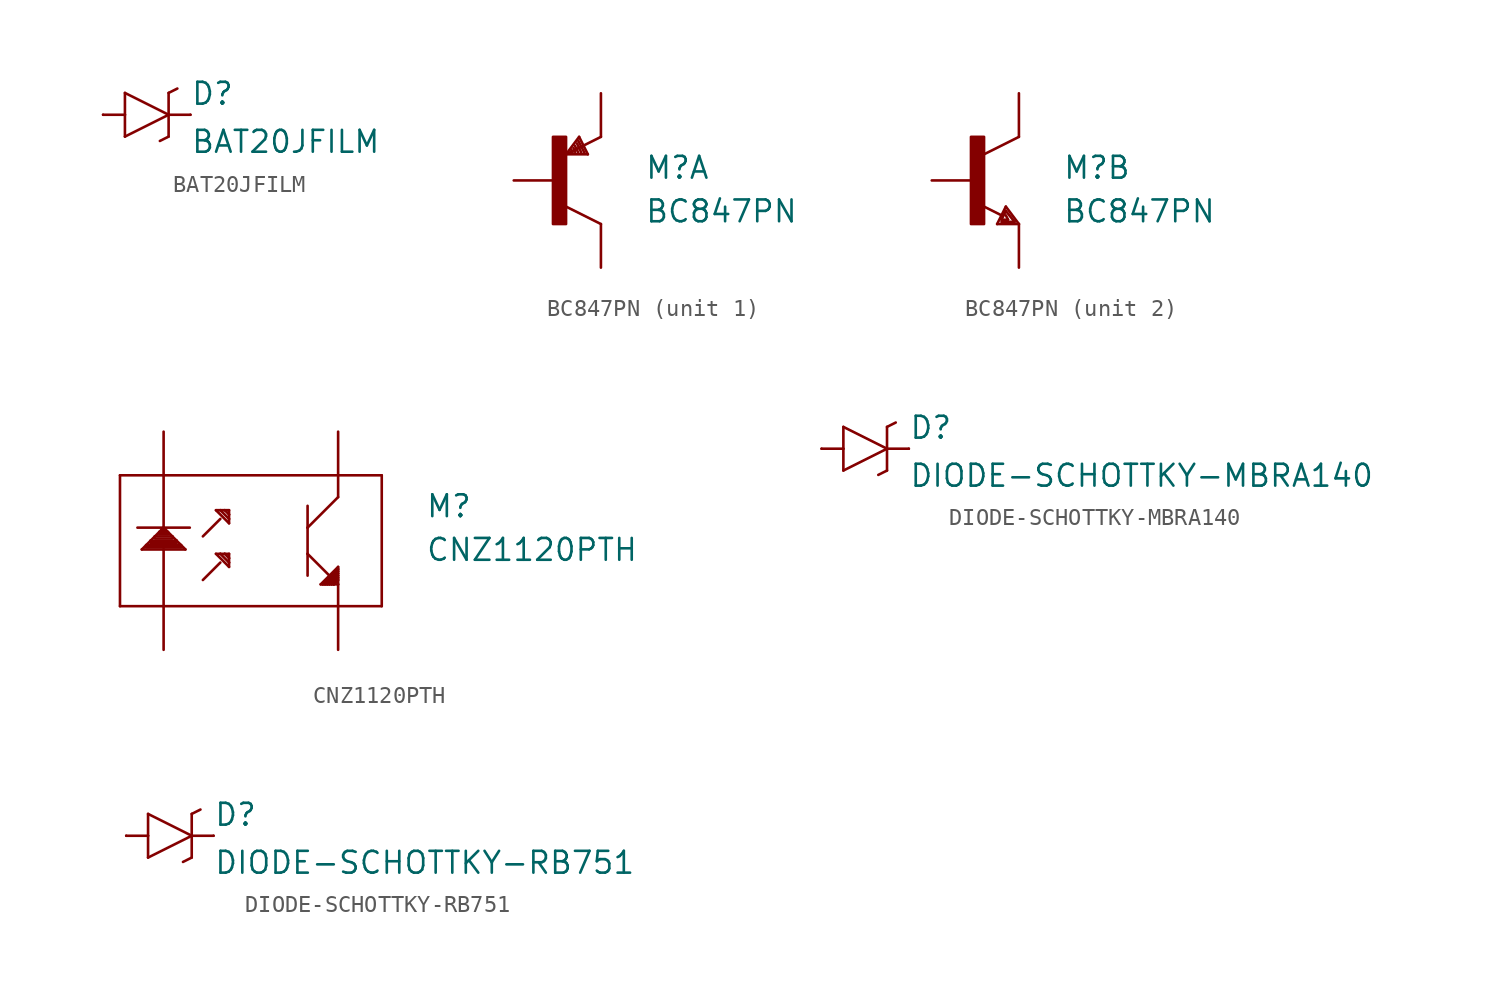
<source format=kicad_sym>
(kicad_symbol_lib
  (version 20211014)
  (generator kicad_symbol_editor)
  (symbol "BAT20JFILM"
    (pin_numbers hide)
    (pin_names
      (offset 1.016) hide)
    (property "Reference" "D"
      (at 2.54 0.483 0)
      (effects (font (size 1.27 1.27)) (justify left bottom)))
    (property "Value" "BAT20JFILM"
      (at 2.54 -2.311 0)
      (effects (font (size 1.27 1.27)) (justify left bottom)))
    (property "ki_locked" ""
      (at 0 0 0)
      (effects (font (size 1.27 1.27))))
    (symbol "BAT20JFILM_1_0"
      (polyline (pts (xy -2.54 0) (xy -1.27 0)) (stroke (width 0) (type default) (color 0 0 0 0)) (fill (type none)))
      (polyline (pts (xy -1.27 -1.27) (xy 1.27 0)) (stroke (width 0) (type default) (color 0 0 0 0)) (fill (type none)))
      (polyline (pts (xy -1.27 0) (xy -1.27 -1.27)) (stroke (width 0) (type default) (color 0 0 0 0)) (fill (type none)))
      (polyline (pts (xy -1.27 1.27) (xy -1.27 0)) (stroke (width 0) (type default) (color 0 0 0 0)) (fill (type none)))
      (polyline (pts (xy 1.27 -1.27) (xy 0.762 -1.524)) (stroke (width 0) (type default) (color 0 0 0 0)) (fill (type none)))
      (polyline (pts (xy 1.27 0) (xy -1.27 1.27)) (stroke (width 0) (type default) (color 0 0 0 0)) (fill (type none)))
      (polyline (pts (xy 1.27 0) (xy 1.27 -1.27)) (stroke (width 0) (type default) (color 0 0 0 0)) (fill (type none)))
      (polyline (pts (xy 1.27 1.27) (xy 1.27 0)) (stroke (width 0) (type default) (color 0 0 0 0)) (fill (type none)))
      (polyline (pts (xy 1.27 1.27) (xy 1.778 1.524)) (stroke (width 0) (type default) (color 0 0 0 0)) (fill (type none)))
      (polyline (pts (xy 2.54 0) (xy 1.27 0)) (stroke (width 0) (type default) (color 0 0 0 0)) (fill (type none))))
    (symbol "BAT20JFILM_1_1"
      (pin passive line (at -2.54 0 0) (length 0) (name "A" (effects (font (size 1.016 1.016)))) (number "A" (effects (font (size 1.016 1.016)))))
      (pin passive line (at 2.54 0 180) (length 0) (name "C" (effects (font (size 1.016 1.016)))) (number "C" (effects (font (size 1.016 1.016)))))))
  (symbol "BC847PN"
    (pin_numbers hide)
    (pin_names
      (offset 1.016) hide)
    (property "Reference" "M"
      (at 5.08 0 0)
      (effects (font (size 1.27 1.27)) (justify left bottom)))
    (property "Value" "BC847PN"
      (at 5.08 -2.54 0)
      (effects (font (size 1.27 1.27)) (justify left bottom)))
    (property "ki_locked" ""
      (at 0 0 0)
      (effects (font (size 1.27 1.27))))
    (symbol "BC847PN_1_0"
      (polyline (pts (xy 0.508 -1.524) (xy 2.54 -2.54)) (stroke (width 0) (type default) (color 0 0 0 0)) (fill (type none)))
      (polyline (pts (xy 0.508 1.524) (xy 1.27 2.54)) (stroke (width 0) (type default) (color 0 0 0 0)) (fill (type none)))
      (polyline (pts (xy 0.813 1.778) (xy 0.889 1.626)) (stroke (width 0) (type default) (color 0 0 0 0)) (fill (type none)))
      (polyline (pts (xy 0.94 1.88) (xy 1.041 1.651)) (stroke (width 0) (type default) (color 0 0 0 0)) (fill (type none)))
      (polyline (pts (xy 1.016 2.032) (xy 1.219 1.626)) (stroke (width 0) (type default) (color 0 0 0 0)) (fill (type none)))
      (polyline (pts (xy 1.143 2.159) (xy 1.397 1.626)) (stroke (width 0) (type default) (color 0 0 0 0)) (fill (type none)))
      (polyline (pts (xy 1.219 2.311) (xy 1.575 1.626)) (stroke (width 0) (type default) (color 0 0 0 0)) (fill (type none)))
      (polyline (pts (xy 1.27 2.54) (xy 1.778 1.524)) (stroke (width 0) (type default) (color 0 0 0 0)) (fill (type none)))
      (polyline (pts (xy 1.778 1.524) (xy 0.508 1.524)) (stroke (width 0) (type default) (color 0 0 0 0)) (fill (type none)))
      (polyline (pts (xy 2.54 2.54) (xy 0.508 1.524)) (stroke (width 0) (type default) (color 0 0 0 0)) (fill (type none))))
    (symbol "BC847PN_1_1"
      (rectangle (start -0.254 -2.54) (end 0.508 2.54) (stroke (width 0) (type default) (color 0 0 0 0)) (fill (type outline)))
      (pin passive line (at 2.54 5.08 270) (length 2.54) (name "E" (effects (font (size 1.016 1.016)))) (number "1" (effects (font (size 1.016 1.016)))))
      (pin passive line (at -2.54 0 0) (length 2.54) (name "B" (effects (font (size 1.016 1.016)))) (number "2" (effects (font (size 1.016 1.016)))))
      (pin passive line (at 2.54 -5.08 90) (length 2.54) (name "C" (effects (font (size 1.016 1.016)))) (number "6" (effects (font (size 1.016 1.016))))))
    (symbol "BC847PN_2_0"
      (polyline (pts (xy 1.27 -2.54) (xy 1.778 -1.524)) (stroke (width 0) (type default) (color 0 0 0 0)) (fill (type none)))
      (polyline (pts (xy 1.524 -2.413) (xy 2.286 -2.413)) (stroke (width 0) (type default) (color 0 0 0 0)) (fill (type none)))
      (polyline (pts (xy 1.524 -2.286) (xy 1.905 -2.286)) (stroke (width 0) (type default) (color 0 0 0 0)) (fill (type none)))
      (polyline (pts (xy 1.524 -2.032) (xy 0.305 -1.422)) (stroke (width 0) (type default) (color 0 0 0 0)) (fill (type none)))
      (polyline (pts (xy 1.778 -1.778) (xy 1.524 -2.286)) (stroke (width 0) (type default) (color 0 0 0 0)) (fill (type none)))
      (polyline (pts (xy 1.778 -1.524) (xy 2.54 -2.54)) (stroke (width 0) (type default) (color 0 0 0 0)) (fill (type none)))
      (polyline (pts (xy 1.905 -2.286) (xy 1.778 -2.032)) (stroke (width 0) (type default) (color 0 0 0 0)) (fill (type none)))
      (polyline (pts (xy 2.286 -2.413) (xy 1.778 -1.778)) (stroke (width 0) (type default) (color 0 0 0 0)) (fill (type none)))
      (polyline (pts (xy 2.54 -2.54) (xy 1.27 -2.54)) (stroke (width 0) (type default) (color 0 0 0 0)) (fill (type none)))
      (polyline (pts (xy 2.54 2.54) (xy 0.508 1.524)) (stroke (width 0) (type default) (color 0 0 0 0)) (fill (type none))))
    (symbol "BC847PN_2_1"
      (rectangle (start -0.254 -2.54) (end 0.508 2.54) (stroke (width 0) (type default) (color 0 0 0 0)) (fill (type outline)))
      (pin passive line (at 2.54 5.08 270) (length 2.54) (name "C" (effects (font (size 1.016 1.016)))) (number "3" (effects (font (size 1.016 1.016)))))
      (pin passive line (at 2.54 -5.08 90) (length 2.54) (name "E" (effects (font (size 1.016 1.016)))) (number "4" (effects (font (size 1.016 1.016)))))
      (pin passive line (at -2.54 0 0) (length 2.54) (name "B" (effects (font (size 1.016 1.016)))) (number "5" (effects (font (size 1.016 1.016)))))))
  (symbol "CNZ1120PTH"
    (pin_numbers hide)
    (pin_names
      (offset 1.016) hide)
    (property "Reference" "M"
      (at 10.16 2.54 0)
      (effects (font (size 1.27 1.27)) (justify left bottom)))
    (property "Value" "CNZ1120PTH"
      (at 10.16 0 0)
      (effects (font (size 1.27 1.27)) (justify left bottom)))
    (property "ki_locked" ""
      (at 0 0 0)
      (effects (font (size 1.27 1.27))))
    (symbol "CNZ1120PTH_1_0"
      (polyline (pts (xy -7.62 -2.54) (xy -7.62 5.08)) (stroke (width 0) (type default) (color 0 0 0 0)) (fill (type none)))
      (polyline (pts (xy -7.62 5.08) (xy 7.62 5.08)) (stroke (width 0) (type default) (color 0 0 0 0)) (fill (type none)))
      (polyline (pts (xy -6.096 0.889) (xy -4.064 0.889)) (stroke (width 0) (type default) (color 0 0 0 0)) (fill (type none)))
      (polyline (pts (xy -6.096 1.016) (xy -6.35 0.762)) (stroke (width 0) (type default) (color 0 0 0 0)) (fill (type none)))
      (polyline (pts (xy -5.842 1.27) (xy -6.096 1.016)) (stroke (width 0) (type default) (color 0 0 0 0)) (fill (type none)))
      (polyline (pts (xy -5.842 1.27) (xy -4.318 1.27)) (stroke (width 0) (type default) (color 0 0 0 0)) (fill (type none)))
      (polyline (pts (xy -5.588 1.397) (xy -4.572 1.397)) (stroke (width 0) (type default) (color 0 0 0 0)) (fill (type none)))
      (polyline (pts (xy -5.588 1.524) (xy -5.842 1.27)) (stroke (width 0) (type default) (color 0 0 0 0)) (fill (type none)))
      (polyline (pts (xy -5.334 1.778) (xy -5.588 1.524)) (stroke (width 0) (type default) (color 0 0 0 0)) (fill (type none)))
      (polyline (pts (xy -5.334 1.778) (xy -4.826 1.778)) (stroke (width 0) (type default) (color 0 0 0 0)) (fill (type none)))
      (polyline (pts (xy -5.207 1.905) (xy -5.334 1.778)) (stroke (width 0) (type default) (color 0 0 0 0)) (fill (type none)))
      (polyline (pts (xy -5.207 1.905) (xy -4.953 1.905)) (stroke (width 0) (type default) (color 0 0 0 0)) (fill (type none)))
      (polyline (pts (xy -5.08 -2.54) (xy -7.62 -2.54)) (stroke (width 0) (type default) (color 0 0 0 0)) (fill (type none)))
      (polyline (pts (xy -5.08 -2.54) (xy -5.08 0.762)) (stroke (width 0) (type default) (color 0 0 0 0)) (fill (type none)))
      (polyline (pts (xy -5.08 0.762) (xy -6.35 0.762)) (stroke (width 0) (type default) (color 0 0 0 0)) (fill (type none)))
      (polyline (pts (xy -5.08 2.032) (xy -6.604 2.032)) (stroke (width 0) (type default) (color 0 0 0 0)) (fill (type none)))
      (polyline (pts (xy -5.08 2.032) (xy -5.207 1.905)) (stroke (width 0) (type default) (color 0 0 0 0)) (fill (type none)))
      (polyline (pts (xy -5.08 2.032) (xy -5.08 5.08)) (stroke (width 0) (type default) (color 0 0 0 0)) (fill (type none)))
      (polyline (pts (xy -4.953 1.905) (xy -5.08 2.032)) (stroke (width 0) (type default) (color 0 0 0 0)) (fill (type none)))
      (polyline (pts (xy -4.826 1.651) (xy -5.334 1.651)) (stroke (width 0) (type default) (color 0 0 0 0)) (fill (type none)))
      (polyline (pts (xy -4.826 1.778) (xy -4.953 1.905)) (stroke (width 0) (type default) (color 0 0 0 0)) (fill (type none)))
      (polyline (pts (xy -4.572 1.524) (xy -5.588 1.524)) (stroke (width 0) (type default) (color 0 0 0 0)) (fill (type none)))
      (polyline (pts (xy -4.572 1.524) (xy -4.826 1.778)) (stroke (width 0) (type default) (color 0 0 0 0)) (fill (type none)))
      (polyline (pts (xy -4.318 1.143) (xy -5.842 1.143)) (stroke (width 0) (type default) (color 0 0 0 0)) (fill (type none)))
      (polyline (pts (xy -4.318 1.27) (xy -4.572 1.524)) (stroke (width 0) (type default) (color 0 0 0 0)) (fill (type none)))
      (polyline (pts (xy -4.064 1.016) (xy -6.096 1.016)) (stroke (width 0) (type default) (color 0 0 0 0)) (fill (type none)))
      (polyline (pts (xy -4.064 1.016) (xy -4.318 1.27)) (stroke (width 0) (type default) (color 0 0 0 0)) (fill (type none)))
      (polyline (pts (xy -3.81 0.762) (xy -5.08 0.762)) (stroke (width 0) (type default) (color 0 0 0 0)) (fill (type none)))
      (polyline (pts (xy -3.81 0.762) (xy -4.064 1.016)) (stroke (width 0) (type default) (color 0 0 0 0)) (fill (type none)))
      (polyline (pts (xy -3.556 2.032) (xy -5.08 2.032)) (stroke (width 0) (type default) (color 0 0 0 0)) (fill (type none)))
      (polyline (pts (xy -2.794 -1.016) (xy -1.778 0)) (stroke (width 0) (type default) (color 0 0 0 0)) (fill (type none)))
      (polyline (pts (xy -2.794 1.524) (xy -1.778 2.54)) (stroke (width 0) (type default) (color 0 0 0 0)) (fill (type none)))
      (polyline (pts (xy -2.032 0.508) (xy -1.27 -0.254)) (stroke (width 0) (type default) (color 0 0 0 0)) (fill (type none)))
      (polyline (pts (xy -2.032 3.048) (xy -1.27 2.286)) (stroke (width 0) (type default) (color 0 0 0 0)) (fill (type none)))
      (polyline (pts (xy -1.778 0.508) (xy -2.032 0.508)) (stroke (width 0) (type default) (color 0 0 0 0)) (fill (type none)))
      (polyline (pts (xy -1.778 0.508) (xy -1.27 0)) (stroke (width 0) (type default) (color 0 0 0 0)) (fill (type none)))
      (polyline (pts (xy -1.778 3.048) (xy -2.032 3.048)) (stroke (width 0) (type default) (color 0 0 0 0)) (fill (type none)))
      (polyline (pts (xy -1.778 3.048) (xy -1.27 2.54)) (stroke (width 0) (type default) (color 0 0 0 0)) (fill (type none)))
      (polyline (pts (xy -1.524 0.508) (xy -1.778 0.508)) (stroke (width 0) (type default) (color 0 0 0 0)) (fill (type none)))
      (polyline (pts (xy -1.524 0.508) (xy -1.27 0.254)) (stroke (width 0) (type default) (color 0 0 0 0)) (fill (type none)))
      (polyline (pts (xy -1.524 3.048) (xy -1.778 3.048)) (stroke (width 0) (type default) (color 0 0 0 0)) (fill (type none)))
      (polyline (pts (xy -1.524 3.048) (xy -1.27 2.794)) (stroke (width 0) (type default) (color 0 0 0 0)) (fill (type none)))
      (polyline (pts (xy -1.27 -0.254) (xy -1.27 0)) (stroke (width 0) (type default) (color 0 0 0 0)) (fill (type none)))
      (polyline (pts (xy -1.27 0) (xy -1.27 0.254)) (stroke (width 0) (type default) (color 0 0 0 0)) (fill (type none)))
      (polyline (pts (xy -1.27 0.254) (xy -1.27 0.508)) (stroke (width 0) (type default) (color 0 0 0 0)) (fill (type none)))
      (polyline (pts (xy -1.27 0.508) (xy -1.524 0.508)) (stroke (width 0) (type default) (color 0 0 0 0)) (fill (type none)))
      (polyline (pts (xy -1.27 2.286) (xy -1.27 2.54)) (stroke (width 0) (type default) (color 0 0 0 0)) (fill (type none)))
      (polyline (pts (xy -1.27 2.54) (xy -1.27 2.794)) (stroke (width 0) (type default) (color 0 0 0 0)) (fill (type none)))
      (polyline (pts (xy -1.27 2.794) (xy -1.27 3.048)) (stroke (width 0) (type default) (color 0 0 0 0)) (fill (type none)))
      (polyline (pts (xy -1.27 3.048) (xy -1.524 3.048)) (stroke (width 0) (type default) (color 0 0 0 0)) (fill (type none)))
      (polyline (pts (xy 3.302 0.508) (xy 3.302 -0.762)) (stroke (width 0) (type default) (color 0 0 0 0)) (fill (type none)))
      (polyline (pts (xy 3.302 0.508) (xy 4.572 -0.762)) (stroke (width 0) (type default) (color 0 0 0 0)) (fill (type none)))
      (polyline (pts (xy 3.302 2.032) (xy 3.302 0.508)) (stroke (width 0) (type default) (color 0 0 0 0)) (fill (type none)))
      (polyline (pts (xy 3.302 2.032) (xy 5.08 3.81)) (stroke (width 0) (type default) (color 0 0 0 0)) (fill (type none)))
      (polyline (pts (xy 3.302 3.302) (xy 3.302 2.032)) (stroke (width 0) (type default) (color 0 0 0 0)) (fill (type none)))
      (polyline (pts (xy 4.064 -1.27) (xy 4.191 -1.27)) (stroke (width 0) (type default) (color 0 0 0 0)) (fill (type none)))
      (polyline (pts (xy 4.191 -1.27) (xy 4.318 -1.27)) (stroke (width 0) (type default) (color 0 0 0 0)) (fill (type none)))
      (polyline (pts (xy 4.318 -1.27) (xy 4.445 -1.27)) (stroke (width 0) (type default) (color 0 0 0 0)) (fill (type none)))
      (polyline (pts (xy 4.445 -1.27) (xy 4.572 -1.27)) (stroke (width 0) (type default) (color 0 0 0 0)) (fill (type none)))
      (polyline (pts (xy 4.572 -1.27) (xy 4.699 -1.27)) (stroke (width 0) (type default) (color 0 0 0 0)) (fill (type none)))
      (polyline (pts (xy 4.699 -1.27) (xy 4.826 -1.27)) (stroke (width 0) (type default) (color 0 0 0 0)) (fill (type none)))
      (polyline (pts (xy 4.826 -1.27) (xy 5.08 -1.27)) (stroke (width 0) (type default) (color 0 0 0 0)) (fill (type none)))
      (polyline (pts (xy 4.953 -1.143) (xy 4.826 -1.27)) (stroke (width 0) (type default) (color 0 0 0 0)) (fill (type none)))
      (polyline (pts (xy 4.953 -1.016) (xy 4.826 -1.143)) (stroke (width 0) (type default) (color 0 0 0 0)) (fill (type none)))
      (polyline (pts (xy 4.953 -0.889) (xy 4.699 -1.143)) (stroke (width 0) (type default) (color 0 0 0 0)) (fill (type none)))
      (polyline (pts (xy 4.953 -0.762) (xy 4.572 -1.143)) (stroke (width 0) (type default) (color 0 0 0 0)) (fill (type none)))
      (polyline (pts (xy 4.953 -0.635) (xy 4.445 -1.143)) (stroke (width 0) (type default) (color 0 0 0 0)) (fill (type none)))
      (polyline (pts (xy 4.953 -0.508) (xy 4.318 -1.143)) (stroke (width 0) (type default) (color 0 0 0 0)) (fill (type none)))
      (polyline (pts (xy 5.08 -2.54) (xy -5.08 -2.54)) (stroke (width 0) (type default) (color 0 0 0 0)) (fill (type none)))
      (polyline (pts (xy 5.08 -2.54) (xy 5.08 -1.27)) (stroke (width 0) (type default) (color 0 0 0 0)) (fill (type none)))
      (polyline (pts (xy 5.08 -1.27) (xy 5.08 -1.016)) (stroke (width 0) (type default) (color 0 0 0 0)) (fill (type none)))
      (polyline (pts (xy 5.08 -1.016) (xy 4.826 -1.27)) (stroke (width 0) (type default) (color 0 0 0 0)) (fill (type none)))
      (polyline (pts (xy 5.08 -1.016) (xy 5.08 -0.889)) (stroke (width 0) (type default) (color 0 0 0 0)) (fill (type none)))
      (polyline (pts (xy 5.08 -0.889) (xy 4.699 -1.27)) (stroke (width 0) (type default) (color 0 0 0 0)) (fill (type none)))
      (polyline (pts (xy 5.08 -0.889) (xy 5.08 -0.762)) (stroke (width 0) (type default) (color 0 0 0 0)) (fill (type none)))
      (polyline (pts (xy 5.08 -0.762) (xy 4.572 -1.27)) (stroke (width 0) (type default) (color 0 0 0 0)) (fill (type none)))
      (polyline (pts (xy 5.08 -0.762) (xy 5.08 -0.635)) (stroke (width 0) (type default) (color 0 0 0 0)) (fill (type none)))
      (polyline (pts (xy 5.08 -0.635) (xy 4.445 -1.27)) (stroke (width 0) (type default) (color 0 0 0 0)) (fill (type none)))
      (polyline (pts (xy 5.08 -0.635) (xy 5.08 -0.508)) (stroke (width 0) (type default) (color 0 0 0 0)) (fill (type none)))
      (polyline (pts (xy 5.08 -0.508) (xy 4.318 -1.27)) (stroke (width 0) (type default) (color 0 0 0 0)) (fill (type none)))
      (polyline (pts (xy 5.08 -0.508) (xy 5.08 -0.381)) (stroke (width 0) (type default) (color 0 0 0 0)) (fill (type none)))
      (polyline (pts (xy 5.08 -0.381) (xy 4.191 -1.27)) (stroke (width 0) (type default) (color 0 0 0 0)) (fill (type none)))
      (polyline (pts (xy 5.08 -0.381) (xy 5.08 -0.254)) (stroke (width 0) (type default) (color 0 0 0 0)) (fill (type none)))
      (polyline (pts (xy 5.08 -0.254) (xy 4.064 -1.27)) (stroke (width 0) (type default) (color 0 0 0 0)) (fill (type none)))
      (polyline (pts (xy 5.08 3.81) (xy 5.08 5.08)) (stroke (width 0) (type default) (color 0 0 0 0)) (fill (type none)))
      (polyline (pts (xy 7.62 -2.54) (xy 5.08 -2.54)) (stroke (width 0) (type default) (color 0 0 0 0)) (fill (type none)))
      (polyline (pts (xy 7.62 5.08) (xy 7.62 -2.54)) (stroke (width 0) (type default) (color 0 0 0 0)) (fill (type none))))
    (symbol "CNZ1120PTH_1_1"
      (pin bidirectional line (at -5.08 -5.08 90) (length 2.54) (name "1" (effects (font (size 1.016 1.016)))) (number "1" (effects (font (size 1.016 1.016)))))
      (pin bidirectional line (at -5.08 7.62 270) (length 2.54) (name "2" (effects (font (size 1.016 1.016)))) (number "2" (effects (font (size 1.016 1.016)))))
      (pin bidirectional line (at 5.08 7.62 270) (length 2.54) (name "3" (effects (font (size 1.016 1.016)))) (number "3" (effects (font (size 1.016 1.016)))))
      (pin bidirectional line (at 5.08 -5.08 90) (length 2.54) (name "4" (effects (font (size 1.016 1.016)))) (number "4" (effects (font (size 1.016 1.016)))))))
  (symbol "DIODE-SCHOTTKY-MBRA140"
    (pin_numbers hide)
    (pin_names
      (offset 1.016) hide)
    (property "Reference" "D"
      (at 2.54 0.483 0)
      (effects (font (size 1.27 1.27)) (justify left bottom)))
    (property "Value" "DIODE-SCHOTTKY-MBRA140"
      (at 2.54 -2.311 0)
      (effects (font (size 1.27 1.27)) (justify left bottom)))
    (property "ki_locked" ""
      (at 0 0 0)
      (effects (font (size 1.27 1.27))))
    (symbol "DIODE-SCHOTTKY-MBRA140_1_0"
      (polyline (pts (xy -2.54 0) (xy -1.27 0)) (stroke (width 0) (type default) (color 0 0 0 0)) (fill (type none)))
      (polyline (pts (xy -1.27 -1.27) (xy 1.27 0)) (stroke (width 0) (type default) (color 0 0 0 0)) (fill (type none)))
      (polyline (pts (xy -1.27 0) (xy -1.27 -1.27)) (stroke (width 0) (type default) (color 0 0 0 0)) (fill (type none)))
      (polyline (pts (xy -1.27 1.27) (xy -1.27 0)) (stroke (width 0) (type default) (color 0 0 0 0)) (fill (type none)))
      (polyline (pts (xy 1.27 -1.27) (xy 0.762 -1.524)) (stroke (width 0) (type default) (color 0 0 0 0)) (fill (type none)))
      (polyline (pts (xy 1.27 0) (xy -1.27 1.27)) (stroke (width 0) (type default) (color 0 0 0 0)) (fill (type none)))
      (polyline (pts (xy 1.27 0) (xy 1.27 -1.27)) (stroke (width 0) (type default) (color 0 0 0 0)) (fill (type none)))
      (polyline (pts (xy 1.27 1.27) (xy 1.27 0)) (stroke (width 0) (type default) (color 0 0 0 0)) (fill (type none)))
      (polyline (pts (xy 1.27 1.27) (xy 1.778 1.524)) (stroke (width 0) (type default) (color 0 0 0 0)) (fill (type none)))
      (polyline (pts (xy 2.54 0) (xy 1.27 0)) (stroke (width 0) (type default) (color 0 0 0 0)) (fill (type none))))
    (symbol "DIODE-SCHOTTKY-MBRA140_1_1"
      (pin passive line (at -2.54 0 0) (length 0) (name "A" (effects (font (size 1.016 1.016)))) (number "A" (effects (font (size 1.016 1.016)))))
      (pin passive line (at 2.54 0 180) (length 0) (name "C" (effects (font (size 1.016 1.016)))) (number "C" (effects (font (size 1.016 1.016)))))))
  (symbol "DIODE-SCHOTTKY-RB751"
    (pin_numbers hide)
    (pin_names
      (offset 1.016) hide)
    (property "Reference" "D"
      (at 2.54 0.483 0)
      (effects (font (size 1.27 1.27)) (justify left bottom)))
    (property "Value" "DIODE-SCHOTTKY-RB751"
      (at 2.54 -2.311 0)
      (effects (font (size 1.27 1.27)) (justify left bottom)))
    (property "ki_locked" ""
      (at 0 0 0)
      (effects (font (size 1.27 1.27))))
    (symbol "DIODE-SCHOTTKY-RB751_1_0"
      (polyline (pts (xy -2.54 0) (xy -1.27 0)) (stroke (width 0) (type default) (color 0 0 0 0)) (fill (type none)))
      (polyline (pts (xy -1.27 -1.27) (xy 1.27 0)) (stroke (width 0) (type default) (color 0 0 0 0)) (fill (type none)))
      (polyline (pts (xy -1.27 0) (xy -1.27 -1.27)) (stroke (width 0) (type default) (color 0 0 0 0)) (fill (type none)))
      (polyline (pts (xy -1.27 1.27) (xy -1.27 0)) (stroke (width 0) (type default) (color 0 0 0 0)) (fill (type none)))
      (polyline (pts (xy 1.27 -1.27) (xy 0.762 -1.524)) (stroke (width 0) (type default) (color 0 0 0 0)) (fill (type none)))
      (polyline (pts (xy 1.27 0) (xy -1.27 1.27)) (stroke (width 0) (type default) (color 0 0 0 0)) (fill (type none)))
      (polyline (pts (xy 1.27 0) (xy 1.27 -1.27)) (stroke (width 0) (type default) (color 0 0 0 0)) (fill (type none)))
      (polyline (pts (xy 1.27 1.27) (xy 1.27 0)) (stroke (width 0) (type default) (color 0 0 0 0)) (fill (type none)))
      (polyline (pts (xy 1.27 1.27) (xy 1.778 1.524)) (stroke (width 0) (type default) (color 0 0 0 0)) (fill (type none)))
      (polyline (pts (xy 2.54 0) (xy 1.27 0)) (stroke (width 0) (type default) (color 0 0 0 0)) (fill (type none))))
    (symbol "DIODE-SCHOTTKY-RB751_1_1"
      (pin passive line (at -2.54 0 0) (length 0) (name "A" (effects (font (size 1.016 1.016)))) (number "A" (effects (font (size 1.016 1.016)))))
      (pin passive line (at 2.54 0 180) (length 0) (name "C" (effects (font (size 1.016 1.016)))) (number "C" (effects (font (size 1.016 1.016))))))))
</source>
